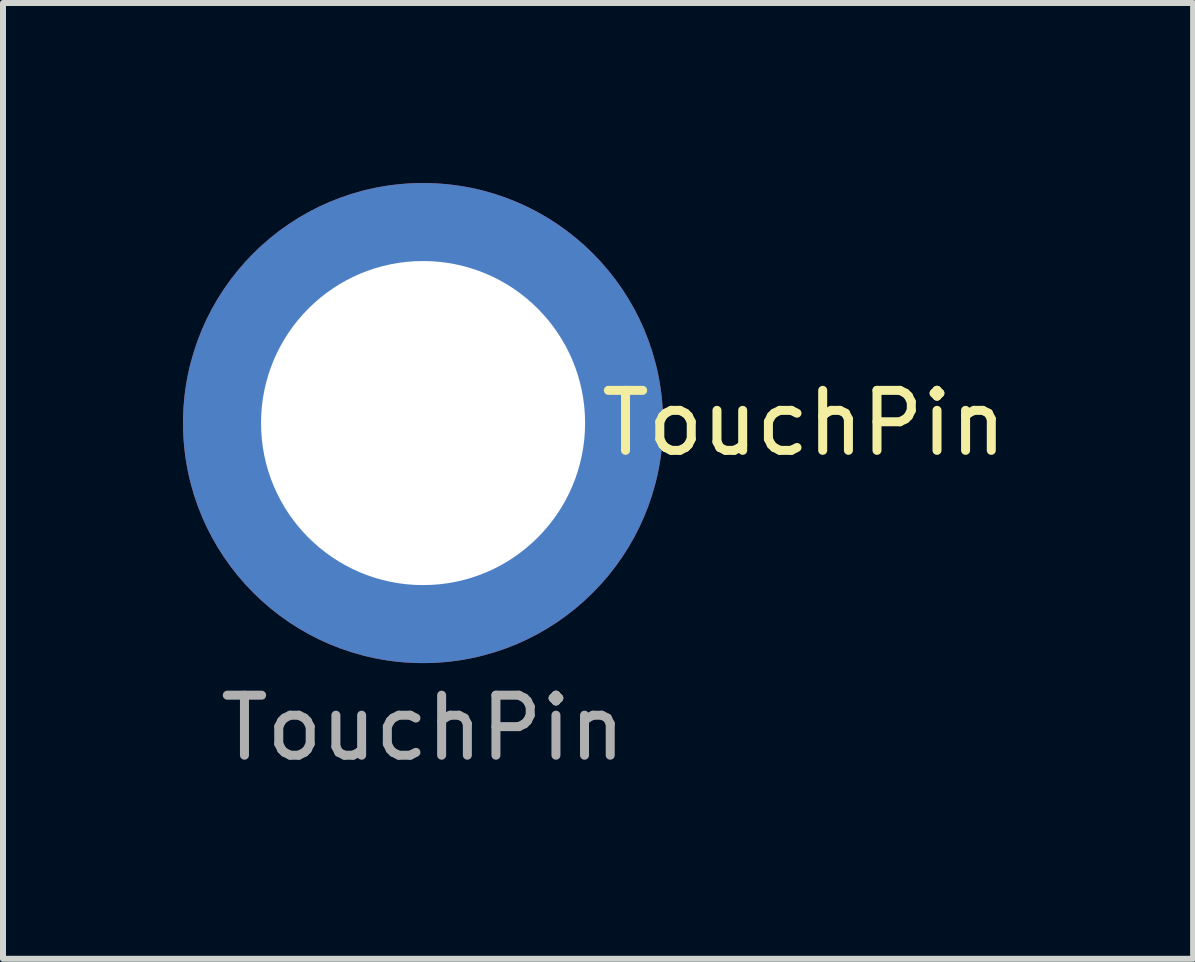
<source format=kicad_pcb>
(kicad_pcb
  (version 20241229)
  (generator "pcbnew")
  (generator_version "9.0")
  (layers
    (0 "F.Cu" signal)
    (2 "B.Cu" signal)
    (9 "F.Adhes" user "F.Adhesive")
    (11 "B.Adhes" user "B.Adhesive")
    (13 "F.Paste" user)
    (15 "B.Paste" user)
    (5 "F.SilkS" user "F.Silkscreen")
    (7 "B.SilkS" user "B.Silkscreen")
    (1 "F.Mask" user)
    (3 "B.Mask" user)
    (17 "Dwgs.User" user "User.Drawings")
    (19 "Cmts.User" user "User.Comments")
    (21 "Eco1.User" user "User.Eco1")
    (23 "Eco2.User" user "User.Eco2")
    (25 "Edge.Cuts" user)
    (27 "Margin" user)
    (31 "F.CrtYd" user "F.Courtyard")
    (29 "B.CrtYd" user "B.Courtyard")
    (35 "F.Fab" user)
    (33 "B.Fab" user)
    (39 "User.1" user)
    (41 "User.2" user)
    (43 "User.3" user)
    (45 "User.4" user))
  (footprint "TouchPin"
    (layer "F.Cu")
    (at 4 4)
    (property "Reference" "TouchPin" (at 6.35 0 0) (unlocked yes) (layer "F.SilkS") (effects (font (size 1 1) (thickness 0.15))))
    (attr through_hole)
    (fp_text user "${REFERENCE}" (at 0 5.08 0) (unlocked yes) (layer "F.Fab") (effects (font (size 1 1) (thickness 0.15))))
    (pad "1" thru_hole circle (at 0 0) (size 8 8) (drill 5.4) (layers "*.Cu" "*.Mask")))
  (gr_rect
    (start -3 -3)
    (end 16.832 12.928)
    (stroke (width 0.1) (type default))
    (fill no)
    (layer "Edge.Cuts")))
</source>
